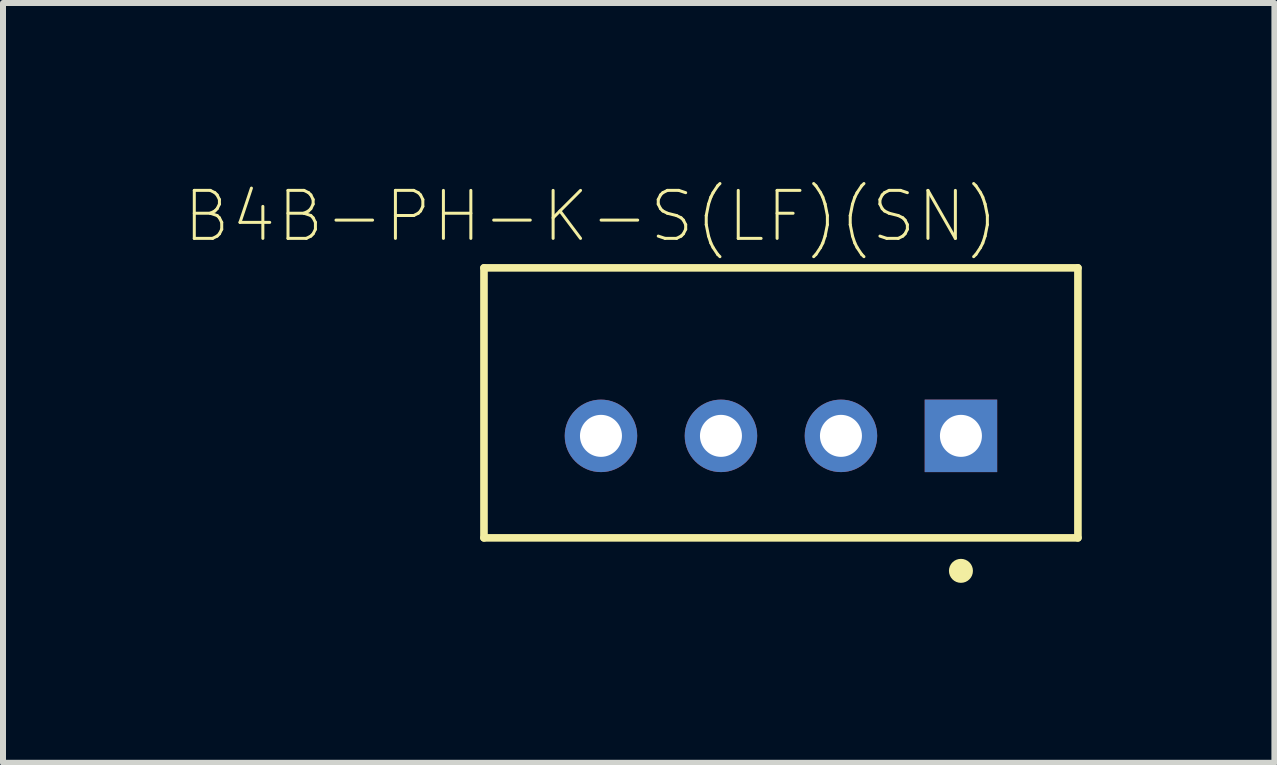
<source format=kicad_pcb>
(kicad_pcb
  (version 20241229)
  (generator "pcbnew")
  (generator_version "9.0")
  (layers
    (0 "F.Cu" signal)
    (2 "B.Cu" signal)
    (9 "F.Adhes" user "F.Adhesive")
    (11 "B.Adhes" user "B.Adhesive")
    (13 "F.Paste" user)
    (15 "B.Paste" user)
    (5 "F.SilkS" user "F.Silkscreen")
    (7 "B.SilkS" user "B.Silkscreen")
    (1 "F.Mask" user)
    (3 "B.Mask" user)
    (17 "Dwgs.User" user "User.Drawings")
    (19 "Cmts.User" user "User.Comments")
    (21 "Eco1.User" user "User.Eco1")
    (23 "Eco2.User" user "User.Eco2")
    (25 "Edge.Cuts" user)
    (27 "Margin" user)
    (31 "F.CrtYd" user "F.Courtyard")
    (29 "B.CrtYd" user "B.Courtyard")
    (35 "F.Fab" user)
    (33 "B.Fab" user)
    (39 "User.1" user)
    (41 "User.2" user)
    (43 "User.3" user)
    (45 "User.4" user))
  (footprint "B4B-PH-K-S(LF)(SN)"
    (layer "F.Cu")
    (at 9.967 3.665)
    (property "Reference" "B4B-PH-K-S(LF)(SN)" (at -3.169 -3.109 0) (layer "F.SilkS") (effects (font (size 0.8 0.8) (thickness 0.05))))
    (attr through_hole)
    (fp_line (start -4.95 -2.25) (end 4.95 -2.25) (stroke (width 0.127) (type solid)) (layer "F.SilkS"))
    (fp_line (start -4.95 2.25) (end -4.95 -2.25) (stroke (width 0.127) (type solid)) (layer "F.SilkS"))
    (fp_line (start 4.95 -2.25) (end 4.95 2.25) (stroke (width 0.127) (type solid)) (layer "F.SilkS"))
    (fp_line (start 4.95 2.25) (end -4.95 2.25) (stroke (width 0.127) (type solid)) (layer "F.SilkS"))
    (fp_circle (center 3 2.8) (end 3.1 2.8) (stroke (width 0.2) (type solid)) (fill no) (layer "F.SilkS"))
    (fp_line (start -5.2 -2.5) (end 5.2 -2.5) (stroke (width 0.05) (type solid)) (layer "Eco1.User"))
    (fp_line (start -5.2 2.5) (end -5.2 -2.5) (stroke (width 0.05) (type solid)) (layer "Eco1.User"))
    (fp_line (start 5.2 -2.5) (end 5.2 2.5) (stroke (width 0.05) (type solid)) (layer "Eco1.User"))
    (fp_line (start 5.2 2.5) (end -5.2 2.5) (stroke (width 0.05) (type solid)) (layer "Eco1.User"))
    (fp_line (start -4.95 -2.25) (end 4.95 -2.25) (stroke (width 0.127) (type solid)) (layer "Eco2.User"))
    (fp_line (start -4.95 2.25) (end -4.95 -2.25) (stroke (width 0.127) (type solid)) (layer "Eco2.User"))
    (fp_line (start 4.95 -2.25) (end 4.95 2.25) (stroke (width 0.127) (type solid)) (layer "Eco2.User"))
    (fp_line (start 4.95 2.25) (end -4.95 2.25) (stroke (width 0.127) (type solid)) (layer "Eco2.User"))
    (fp_circle (center 3 2.8) (end 3.1 2.8) (stroke (width 0.2) (type solid)) (fill no) (layer "Eco2.User"))
    (pad "1" thru_hole rect (at 3 0.55 180) (size 1.208 1.208) (drill 0.7) (layers "*.Cu" "*.Mask"))
    (pad "2" thru_hole circle (at 1 0.55 180) (size 1.208 1.208) (drill 0.7) (layers "*.Cu" "*.Mask"))
    (pad "3" thru_hole circle (at -1 0.55 180) (size 1.208 1.208) (drill 0.7) (layers "*.Cu" "*.Mask"))
    (pad "4" thru_hole circle (at -3 0.55 180) (size 1.208 1.208) (drill 0.7) (layers "*.Cu" "*.Mask")))
  (gr_rect
    (start -3 -3)
    (end 18.192 9.665)
    (stroke (width 0.1) (type default))
    (fill no)
    (layer "Edge.Cuts")))
</source>
